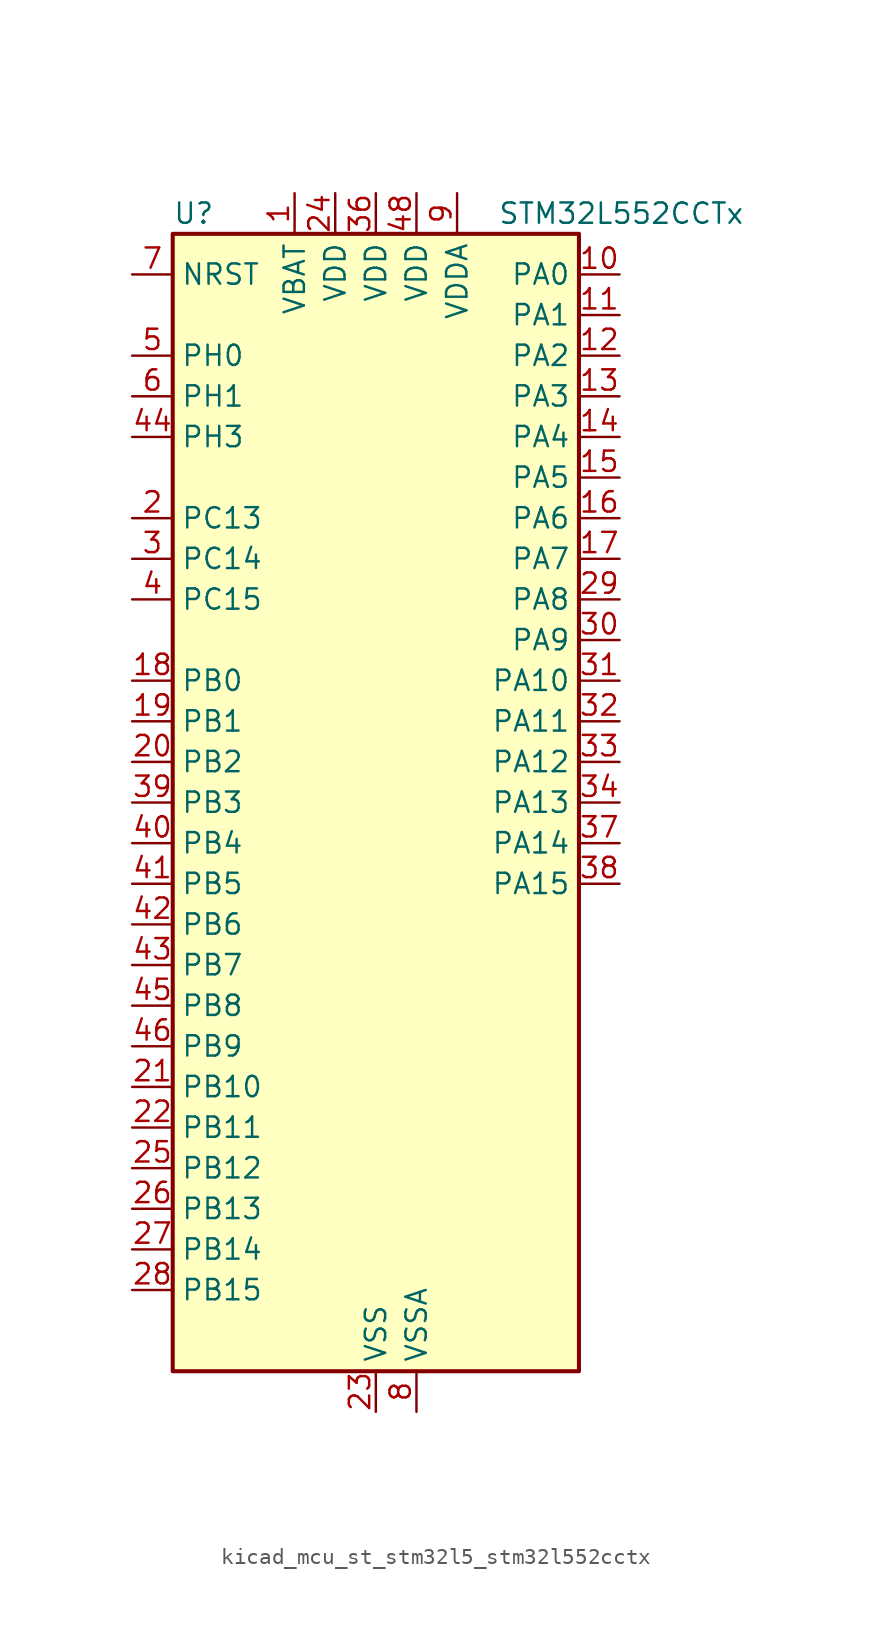
<source format=kicad_sym>
(kicad_symbol_lib
  (version 20220914)
  (generator kicad_symbol_editor)
  (symbol "kicad_mcu_st_stm32l5_stm32l552cctx"
    (property "Reference" "U"
      (at -12.7 36.83 0)
      (effects (font (size 1.27 1.27)) (justify left)))
    (property "Value" "STM32L552CCTx"
      (at 7.62 36.83 0)
      (effects (font (size 1.27 1.27)) (justify left)))
    (property "ki_locked" ""
      (at 0 0 0)
      (effects (font (size 1.27 1.27))))
    (symbol "kicad_mcu_st_stm32l5_stm32l552cctx_0_1"
      (rectangle (start -12.7 -35.56) (end 12.7 35.56) (stroke (width 0.254) (type default)) (fill (type background))))
    (symbol "kicad_mcu_st_stm32l5_stm32l552cctx_1_1"
      (pin power_in line (at -5.08 38.1 270) (length 2.54) (name "VBAT" (effects (font (size 1.27 1.27)))) (number "1" (effects (font (size 1.27 1.27)))))
      (pin bidirectional line (at 15.24 33.02 180) (length 2.54) (name "PA0" (effects (font (size 1.27 1.27)))) (number "10" (effects (font (size 1.27 1.27)))) (alternate "ADC1_IN5" bidirectional line) (alternate "ADC2_IN5" bidirectional line) (alternate "OPAMP1_VINP" bidirectional line) (alternate "PWR_WKUP1" bidirectional line) (alternate "SAI1_EXTCLK" bidirectional line) (alternate "TAMP_IN2" bidirectional line) (alternate "TAMP_OUT1" bidirectional line) (alternate "TIM2_CH1" bidirectional line) (alternate "TIM2_ETR" bidirectional line) (alternate "TIM5_CH1" bidirectional line) (alternate "TIM8_ETR" bidirectional line) (alternate "UART4_TX" bidirectional line) (alternate "USART2_CTS" bidirectional line) (alternate "USART2_NSS" bidirectional line))
      (pin bidirectional line (at 15.24 30.48 180) (length 2.54) (name "PA1" (effects (font (size 1.27 1.27)))) (number "11" (effects (font (size 1.27 1.27)))) (alternate "ADC1_IN6" bidirectional line) (alternate "ADC2_IN6" bidirectional line) (alternate "I2C1_SMBA" bidirectional line) (alternate "OCTOSPI1_DQS" bidirectional line) (alternate "OPAMP1_VINM" bidirectional line) (alternate "SPI1_SCK" bidirectional line) (alternate "TAMP_IN5" bidirectional line) (alternate "TAMP_OUT4" bidirectional line) (alternate "TIM15_CH1N" bidirectional line) (alternate "TIM2_CH2" bidirectional line) (alternate "TIM5_CH2" bidirectional line) (alternate "UART4_RX" bidirectional line) (alternate "USART2_DE" bidirectional line) (alternate "USART2_RTS" bidirectional line))
      (pin bidirectional line (at 15.24 27.94 180) (length 2.54) (name "PA2" (effects (font (size 1.27 1.27)))) (number "12" (effects (font (size 1.27 1.27)))) (alternate "ADC1_IN7" bidirectional line) (alternate "ADC2_IN7" bidirectional line) (alternate "COMP1_INP" bidirectional line) (alternate "LPUART1_TX" bidirectional line) (alternate "OCTOSPI1_NCS" bidirectional line) (alternate "PWR_WKUP4" bidirectional line) (alternate "RCC_LSCO" bidirectional line) (alternate "SAI2_EXTCLK" bidirectional line) (alternate "TIM15_CH1" bidirectional line) (alternate "TIM2_CH3" bidirectional line) (alternate "TIM5_CH3" bidirectional line) (alternate "UCPD1_FRSTX1" bidirectional line) (alternate "USART2_TX" bidirectional line))
      (pin bidirectional line (at 15.24 25.4 180) (length 2.54) (name "PA3" (effects (font (size 1.27 1.27)))) (number "13" (effects (font (size 1.27 1.27)))) (alternate "ADC1_IN8" bidirectional line) (alternate "ADC2_IN8" bidirectional line) (alternate "LPUART1_RX" bidirectional line) (alternate "OCTOSPI1_CLK" bidirectional line) (alternate "OPAMP1_VOUT" bidirectional line) (alternate "SAI1_CK1" bidirectional line) (alternate "SAI1_MCLK_A" bidirectional line) (alternate "TIM15_CH2" bidirectional line) (alternate "TIM2_CH4" bidirectional line) (alternate "TIM5_CH4" bidirectional line) (alternate "USART2_RX" bidirectional line))
      (pin bidirectional line (at 15.24 22.86 180) (length 2.54) (name "PA4" (effects (font (size 1.27 1.27)))) (number "14" (effects (font (size 1.27 1.27)))) (alternate "ADC1_IN9" bidirectional line) (alternate "ADC2_IN9" bidirectional line) (alternate "DAC1_OUT1" bidirectional line) (alternate "LPTIM2_OUT" bidirectional line) (alternate "OCTOSPI1_NCS" bidirectional line) (alternate "SAI1_FS_B" bidirectional line) (alternate "SPI1_NSS" bidirectional line) (alternate "SPI3_NSS" bidirectional line) (alternate "USART2_CK" bidirectional line))
      (pin bidirectional line (at 15.24 20.32 180) (length 2.54) (name "PA5" (effects (font (size 1.27 1.27)))) (number "15" (effects (font (size 1.27 1.27)))) (alternate "ADC1_IN10" bidirectional line) (alternate "ADC2_IN10" bidirectional line) (alternate "DAC1_OUT2" bidirectional line) (alternate "LPTIM2_ETR" bidirectional line) (alternate "SPI1_SCK" bidirectional line) (alternate "TIM2_CH1" bidirectional line) (alternate "TIM2_ETR" bidirectional line) (alternate "TIM8_CH1N" bidirectional line))
      (pin bidirectional line (at 15.24 17.78 180) (length 2.54) (name "PA6" (effects (font (size 1.27 1.27)))) (number "16" (effects (font (size 1.27 1.27)))) (alternate "ADC1_IN11" bidirectional line) (alternate "ADC2_IN11" bidirectional line) (alternate "LPUART1_CTS" bidirectional line) (alternate "OCTOSPI1_IO3" bidirectional line) (alternate "OPAMP2_VINP" bidirectional line) (alternate "SPI1_MISO" bidirectional line) (alternate "TIM16_CH1" bidirectional line) (alternate "TIM1_BKIN" bidirectional line) (alternate "TIM3_CH1" bidirectional line) (alternate "TIM8_BKIN" bidirectional line) (alternate "USART3_CTS" bidirectional line) (alternate "USART3_NSS" bidirectional line))
      (pin bidirectional line (at 15.24 15.24 180) (length 2.54) (name "PA7" (effects (font (size 1.27 1.27)))) (number "17" (effects (font (size 1.27 1.27)))) (alternate "ADC1_IN12" bidirectional line) (alternate "ADC2_IN12" bidirectional line) (alternate "I2C3_SCL" bidirectional line) (alternate "OCTOSPI1_IO2" bidirectional line) (alternate "OPAMP2_VINM" bidirectional line) (alternate "SPI1_MOSI" bidirectional line) (alternate "TIM17_CH1" bidirectional line) (alternate "TIM1_CH1N" bidirectional line) (alternate "TIM3_CH2" bidirectional line) (alternate "TIM8_CH1N" bidirectional line))
      (pin bidirectional line (at -15.24 7.62 0) (length 2.54) (name "PB0" (effects (font (size 1.27 1.27)))) (number "18" (effects (font (size 1.27 1.27)))) (alternate "ADC1_IN15" bidirectional line) (alternate "ADC2_IN15" bidirectional line) (alternate "COMP1_OUT" bidirectional line) (alternate "OCTOSPI1_IO1" bidirectional line) (alternate "OPAMP2_VOUT" bidirectional line) (alternate "SAI1_EXTCLK" bidirectional line) (alternate "SPI1_NSS" bidirectional line) (alternate "TIM1_CH2N" bidirectional line) (alternate "TIM3_CH3" bidirectional line) (alternate "TIM8_CH2N" bidirectional line) (alternate "USART3_CK" bidirectional line))
      (pin bidirectional line (at -15.24 5.08 0) (length 2.54) (name "PB1" (effects (font (size 1.27 1.27)))) (number "19" (effects (font (size 1.27 1.27)))) (alternate "ADC1_IN16" bidirectional line) (alternate "ADC2_IN16" bidirectional line) (alternate "COMP1_INM" bidirectional line) (alternate "DFSDM1_DATIN0" bidirectional line) (alternate "LPTIM2_IN1" bidirectional line) (alternate "LPUART1_DE" bidirectional line) (alternate "LPUART1_RTS" bidirectional line) (alternate "OCTOSPI1_IO0" bidirectional line) (alternate "TIM1_CH3N" bidirectional line) (alternate "TIM3_CH4" bidirectional line) (alternate "TIM8_CH3N" bidirectional line) (alternate "USART3_DE" bidirectional line) (alternate "USART3_RTS" bidirectional line))
      (pin bidirectional line (at -15.24 17.78 0) (length 2.54) (name "PC13" (effects (font (size 1.27 1.27)))) (number "2" (effects (font (size 1.27 1.27)))) (alternate "PWR_WKUP2" bidirectional line) (alternate "RTC_OUT1" bidirectional line) (alternate "RTC_TS" bidirectional line) (alternate "TAMP_IN1" bidirectional line) (alternate "TAMP_OUT2" bidirectional line))
      (pin bidirectional line (at -15.24 2.54 0) (length 2.54) (name "PB2" (effects (font (size 1.27 1.27)))) (number "20" (effects (font (size 1.27 1.27)))) (alternate "COMP1_INP" bidirectional line) (alternate "DFSDM1_CKIN0" bidirectional line) (alternate "I2C3_SMBA" bidirectional line) (alternate "LPTIM1_OUT" bidirectional line) (alternate "OCTOSPI1_DQS" bidirectional line) (alternate "RTC_OUT2" bidirectional line) (alternate "UCPD1_FRSTX1" bidirectional line))
      (pin bidirectional line (at -15.24 -17.78 0) (length 2.54) (name "PB10" (effects (font (size 1.27 1.27)))) (number "21" (effects (font (size 1.27 1.27)))) (alternate "COMP1_OUT" bidirectional line) (alternate "I2C2_SCL" bidirectional line) (alternate "I2C4_SCL" bidirectional line) (alternate "LPTIM3_OUT" bidirectional line) (alternate "LPUART1_RX" bidirectional line) (alternate "OCTOSPI1_CLK" bidirectional line) (alternate "SAI1_SCK_A" bidirectional line) (alternate "SPI2_SCK" bidirectional line) (alternate "TIM2_CH3" bidirectional line) (alternate "TSC_SYNC" bidirectional line) (alternate "USART3_TX" bidirectional line))
      (pin bidirectional line (at -15.24 -20.32 0) (length 2.54) (name "PB11" (effects (font (size 1.27 1.27)))) (number "22" (effects (font (size 1.27 1.27)))) (alternate "ADC1_EXTI11" bidirectional line) (alternate "ADC2_EXTI11" bidirectional line) (alternate "COMP2_OUT" bidirectional line) (alternate "I2C2_SDA" bidirectional line) (alternate "I2C4_SDA" bidirectional line) (alternate "LPUART1_TX" bidirectional line) (alternate "OCTOSPI1_NCS" bidirectional line) (alternate "TIM2_CH4" bidirectional line) (alternate "USART3_RX" bidirectional line))
      (pin power_in line (at 0 -38.1 90) (length 2.54) (name "VSS" (effects (font (size 1.27 1.27)))) (number "23" (effects (font (size 1.27 1.27)))))
      (pin power_in line (at -2.54 38.1 270) (length 2.54) (name "VDD" (effects (font (size 1.27 1.27)))) (number "24" (effects (font (size 1.27 1.27)))))
      (pin bidirectional line (at -15.24 -22.86 0) (length 2.54) (name "PB12" (effects (font (size 1.27 1.27)))) (number "25" (effects (font (size 1.27 1.27)))) (alternate "DFSDM1_DATIN1" bidirectional line) (alternate "I2C2_SMBA" bidirectional line) (alternate "LPUART1_DE" bidirectional line) (alternate "LPUART1_RTS" bidirectional line) (alternate "OCTOSPI1_NCLK" bidirectional line) (alternate "SAI2_FS_A" bidirectional line) (alternate "SPI2_NSS" bidirectional line) (alternate "TIM15_BKIN" bidirectional line) (alternate "TIM1_BKIN" bidirectional line) (alternate "TSC_G1_IO1" bidirectional line) (alternate "USART3_CK" bidirectional line))
      (pin bidirectional line (at -15.24 -25.4 0) (length 2.54) (name "PB13" (effects (font (size 1.27 1.27)))) (number "26" (effects (font (size 1.27 1.27)))) (alternate "DFSDM1_CKIN1" bidirectional line) (alternate "I2C2_SCL" bidirectional line) (alternate "LPTIM3_IN1" bidirectional line) (alternate "LPUART1_CTS" bidirectional line) (alternate "SAI2_SCK_A" bidirectional line) (alternate "SPI2_SCK" bidirectional line) (alternate "TIM15_CH1N" bidirectional line) (alternate "TIM1_CH1N" bidirectional line) (alternate "TSC_G1_IO2" bidirectional line) (alternate "UCPD1_FRSTX2" bidirectional line) (alternate "USART3_CTS" bidirectional line) (alternate "USART3_NSS" bidirectional line))
      (pin bidirectional line (at -15.24 -27.94 0) (length 2.54) (name "PB14" (effects (font (size 1.27 1.27)))) (number "27" (effects (font (size 1.27 1.27)))) (alternate "DFSDM1_DATIN2" bidirectional line) (alternate "I2C2_SDA" bidirectional line) (alternate "LPTIM3_ETR" bidirectional line) (alternate "SAI2_MCLK_A" bidirectional line) (alternate "SPI2_MISO" bidirectional line) (alternate "TIM15_CH1" bidirectional line) (alternate "TIM1_CH2N" bidirectional line) (alternate "TIM8_CH2N" bidirectional line) (alternate "TSC_G1_IO3" bidirectional line) (alternate "UCPD1_DBCC2" bidirectional line) (alternate "USART3_DE" bidirectional line) (alternate "USART3_RTS" bidirectional line))
      (pin bidirectional line (at -15.24 -30.48 0) (length 2.54) (name "PB15" (effects (font (size 1.27 1.27)))) (number "28" (effects (font (size 1.27 1.27)))) (alternate "ADC1_EXTI15" bidirectional line) (alternate "ADC2_EXTI15" bidirectional line) (alternate "DFSDM1_CKIN2" bidirectional line) (alternate "RTC_REFIN" bidirectional line) (alternate "SAI2_SD_A" bidirectional line) (alternate "SPI2_MOSI" bidirectional line) (alternate "TIM15_CH2" bidirectional line) (alternate "TIM1_CH3N" bidirectional line) (alternate "TIM8_CH3N" bidirectional line) (alternate "UCPD1_CC2" bidirectional line))
      (pin bidirectional line (at 15.24 12.7 180) (length 2.54) (name "PA8" (effects (font (size 1.27 1.27)))) (number "29" (effects (font (size 1.27 1.27)))) (alternate "LPTIM2_OUT" bidirectional line) (alternate "RCC_MCO" bidirectional line) (alternate "SAI1_CK2" bidirectional line) (alternate "SAI1_SCK_A" bidirectional line) (alternate "TIM1_CH1" bidirectional line) (alternate "USART1_CK" bidirectional line))
      (pin bidirectional line (at -15.24 15.24 0) (length 2.54) (name "PC14" (effects (font (size 1.27 1.27)))) (number "3" (effects (font (size 1.27 1.27)))) (alternate "RCC_OSC32_IN" bidirectional line))
      (pin bidirectional line (at 15.24 10.16 180) (length 2.54) (name "PA9" (effects (font (size 1.27 1.27)))) (number "30" (effects (font (size 1.27 1.27)))) (alternate "DAC1_EXTI9" bidirectional line) (alternate "SAI1_FS_A" bidirectional line) (alternate "SPI2_SCK" bidirectional line) (alternate "TIM15_BKIN" bidirectional line) (alternate "TIM1_CH2" bidirectional line) (alternate "USART1_TX" bidirectional line))
      (pin bidirectional line (at 15.24 7.62 180) (length 2.54) (name "PA10" (effects (font (size 1.27 1.27)))) (number "31" (effects (font (size 1.27 1.27)))) (alternate "CRS_SYNC" bidirectional line) (alternate "SAI1_D1" bidirectional line) (alternate "SAI1_SD_A" bidirectional line) (alternate "TIM17_BKIN" bidirectional line) (alternate "TIM1_CH3" bidirectional line) (alternate "USART1_RX" bidirectional line))
      (pin bidirectional line (at 15.24 5.08 180) (length 2.54) (name "PA11" (effects (font (size 1.27 1.27)))) (number "32" (effects (font (size 1.27 1.27)))) (alternate "ADC1_EXTI11" bidirectional line) (alternate "ADC2_EXTI11" bidirectional line) (alternate "FDCAN1_RX" bidirectional line) (alternate "SPI1_MISO" bidirectional line) (alternate "TIM1_BKIN2" bidirectional line) (alternate "TIM1_CH4" bidirectional line) (alternate "USART1_CTS" bidirectional line) (alternate "USART1_NSS" bidirectional line) (alternate "USB_DM" bidirectional line))
      (pin bidirectional line (at 15.24 2.54 180) (length 2.54) (name "PA12" (effects (font (size 1.27 1.27)))) (number "33" (effects (font (size 1.27 1.27)))) (alternate "FDCAN1_TX" bidirectional line) (alternate "SPI1_MOSI" bidirectional line) (alternate "TIM1_ETR" bidirectional line) (alternate "USART1_DE" bidirectional line) (alternate "USART1_RTS" bidirectional line) (alternate "USB_DP" bidirectional line))
      (pin bidirectional line (at 15.24 0 180) (length 2.54) (name "PA13" (effects (font (size 1.27 1.27)))) (number "34" (effects (font (size 1.27 1.27)))) (alternate "DEBUG_JTMS-SWDIO" bidirectional line) (alternate "IR_OUT" bidirectional line) (alternate "SAI1_SD_B" bidirectional line) (alternate "USB_NOE" bidirectional line))
      (pin passive line (at 0 -38.1 90) (length 2.54) hide (name "VSS" (effects (font (size 1.27 1.27)))) (number "35" (effects (font (size 1.27 1.27)))))
      (pin power_in line (at 0 38.1 270) (length 2.54) (name "VDD" (effects (font (size 1.27 1.27)))) (number "36" (effects (font (size 1.27 1.27)))))
      (pin bidirectional line (at 15.24 -2.54 180) (length 2.54) (name "PA14" (effects (font (size 1.27 1.27)))) (number "37" (effects (font (size 1.27 1.27)))) (alternate "DEBUG_JTCK-SWCLK" bidirectional line) (alternate "I2C1_SMBA" bidirectional line) (alternate "I2C4_SMBA" bidirectional line) (alternate "LPTIM1_OUT" bidirectional line) (alternate "SAI1_FS_B" bidirectional line))
      (pin bidirectional line (at 15.24 -5.08 180) (length 2.54) (name "PA15" (effects (font (size 1.27 1.27)))) (number "38" (effects (font (size 1.27 1.27)))) (alternate "ADC1_EXTI15" bidirectional line) (alternate "ADC2_EXTI15" bidirectional line) (alternate "DEBUG_JTDI" bidirectional line) (alternate "SAI2_FS_B" bidirectional line) (alternate "SPI1_NSS" bidirectional line) (alternate "SPI3_NSS" bidirectional line) (alternate "TIM2_CH1" bidirectional line) (alternate "TIM2_ETR" bidirectional line) (alternate "UART4_DE" bidirectional line) (alternate "UART4_RTS" bidirectional line) (alternate "UCPD1_CC1" bidirectional line) (alternate "USART2_RX" bidirectional line) (alternate "USART3_DE" bidirectional line) (alternate "USART3_RTS" bidirectional line))
      (pin bidirectional line (at -15.24 0 0) (length 2.54) (name "PB3" (effects (font (size 1.27 1.27)))) (number "39" (effects (font (size 1.27 1.27)))) (alternate "COMP2_INM" bidirectional line) (alternate "CRS_SYNC" bidirectional line) (alternate "DEBUG_JTDO-SWO" bidirectional line) (alternate "SAI1_SCK_B" bidirectional line) (alternate "SPI1_SCK" bidirectional line) (alternate "SPI3_SCK" bidirectional line) (alternate "TIM2_CH2" bidirectional line) (alternate "USART1_DE" bidirectional line) (alternate "USART1_RTS" bidirectional line))
      (pin bidirectional line (at -15.24 12.7 0) (length 2.54) (name "PC15" (effects (font (size 1.27 1.27)))) (number "4" (effects (font (size 1.27 1.27)))) (alternate "ADC1_EXTI15" bidirectional line) (alternate "ADC2_EXTI15" bidirectional line) (alternate "RCC_OSC32_OUT" bidirectional line))
      (pin bidirectional line (at -15.24 -2.54 0) (length 2.54) (name "PB4" (effects (font (size 1.27 1.27)))) (number "40" (effects (font (size 1.27 1.27)))) (alternate "COMP2_INP" bidirectional line) (alternate "DEBUG_JTRST" bidirectional line) (alternate "I2C3_SDA" bidirectional line) (alternate "SAI1_MCLK_B" bidirectional line) (alternate "SPI1_MISO" bidirectional line) (alternate "SPI3_MISO" bidirectional line) (alternate "TIM17_BKIN" bidirectional line) (alternate "TIM3_CH1" bidirectional line) (alternate "TSC_G2_IO1" bidirectional line) (alternate "USART1_CTS" bidirectional line) (alternate "USART1_NSS" bidirectional line))
      (pin bidirectional line (at -15.24 -5.08 0) (length 2.54) (name "PB5" (effects (font (size 1.27 1.27)))) (number "41" (effects (font (size 1.27 1.27)))) (alternate "COMP2_OUT" bidirectional line) (alternate "I2C1_SMBA" bidirectional line) (alternate "LPTIM1_IN1" bidirectional line) (alternate "OCTOSPI1_NCLK" bidirectional line) (alternate "SAI1_SD_B" bidirectional line) (alternate "SPI1_MOSI" bidirectional line) (alternate "SPI3_MOSI" bidirectional line) (alternate "TIM16_BKIN" bidirectional line) (alternate "TIM3_CH2" bidirectional line) (alternate "TSC_G2_IO2" bidirectional line) (alternate "UCPD1_DBCC1" bidirectional line) (alternate "USART1_CK" bidirectional line))
      (pin bidirectional line (at -15.24 -7.62 0) (length 2.54) (name "PB6" (effects (font (size 1.27 1.27)))) (number "42" (effects (font (size 1.27 1.27)))) (alternate "COMP2_INP" bidirectional line) (alternate "I2C1_SCL" bidirectional line) (alternate "I2C4_SCL" bidirectional line) (alternate "LPTIM1_ETR" bidirectional line) (alternate "SAI1_FS_B" bidirectional line) (alternate "TIM16_CH1N" bidirectional line) (alternate "TIM4_CH1" bidirectional line) (alternate "TIM8_BKIN2" bidirectional line) (alternate "TSC_G2_IO3" bidirectional line) (alternate "USART1_TX" bidirectional line))
      (pin bidirectional line (at -15.24 -10.16 0) (length 2.54) (name "PB7" (effects (font (size 1.27 1.27)))) (number "43" (effects (font (size 1.27 1.27)))) (alternate "COMP2_INM" bidirectional line) (alternate "I2C1_SDA" bidirectional line) (alternate "I2C4_SDA" bidirectional line) (alternate "LPTIM1_IN2" bidirectional line) (alternate "PWR_PVD_IN" bidirectional line) (alternate "TIM17_CH1N" bidirectional line) (alternate "TIM4_CH2" bidirectional line) (alternate "TIM8_BKIN" bidirectional line) (alternate "TSC_G2_IO4" bidirectional line) (alternate "UART4_CTS" bidirectional line) (alternate "USART1_RX" bidirectional line))
      (pin bidirectional line (at -15.24 22.86 0) (length 2.54) (name "PH3" (effects (font (size 1.27 1.27)))) (number "44" (effects (font (size 1.27 1.27)))))
      (pin bidirectional line (at -15.24 -12.7 0) (length 2.54) (name "PB8" (effects (font (size 1.27 1.27)))) (number "45" (effects (font (size 1.27 1.27)))) (alternate "DFSDM1_CKOUT" bidirectional line) (alternate "FDCAN1_RX" bidirectional line) (alternate "I2C1_SCL" bidirectional line) (alternate "SAI1_CK1" bidirectional line) (alternate "SAI1_MCLK_A" bidirectional line) (alternate "TIM16_CH1" bidirectional line) (alternate "TIM4_CH3" bidirectional line))
      (pin bidirectional line (at -15.24 -15.24 0) (length 2.54) (name "PB9" (effects (font (size 1.27 1.27)))) (number "46" (effects (font (size 1.27 1.27)))) (alternate "DAC1_EXTI9" bidirectional line) (alternate "FDCAN1_TX" bidirectional line) (alternate "I2C1_SDA" bidirectional line) (alternate "IR_OUT" bidirectional line) (alternate "SAI1_D2" bidirectional line) (alternate "SAI1_FS_A" bidirectional line) (alternate "SPI2_NSS" bidirectional line) (alternate "TIM17_CH1" bidirectional line) (alternate "TIM4_CH4" bidirectional line))
      (pin passive line (at 0 -38.1 90) (length 2.54) hide (name "VSS" (effects (font (size 1.27 1.27)))) (number "47" (effects (font (size 1.27 1.27)))))
      (pin power_in line (at 2.54 38.1 270) (length 2.54) (name "VDD" (effects (font (size 1.27 1.27)))) (number "48" (effects (font (size 1.27 1.27)))))
      (pin bidirectional line (at -15.24 27.94 0) (length 2.54) (name "PH0" (effects (font (size 1.27 1.27)))) (number "5" (effects (font (size 1.27 1.27)))) (alternate "RCC_OSC_IN" bidirectional line))
      (pin bidirectional line (at -15.24 25.4 0) (length 2.54) (name "PH1" (effects (font (size 1.27 1.27)))) (number "6" (effects (font (size 1.27 1.27)))) (alternate "RCC_OSC_OUT" bidirectional line))
      (pin input line (at -15.24 33.02 0) (length 2.54) (name "NRST" (effects (font (size 1.27 1.27)))) (number "7" (effects (font (size 1.27 1.27)))))
      (pin power_in line (at 2.54 -38.1 90) (length 2.54) (name "VSSA" (effects (font (size 1.27 1.27)))) (number "8" (effects (font (size 1.27 1.27)))))
      (pin power_in line (at 5.08 38.1 270) (length 2.54) (name "VDDA" (effects (font (size 1.27 1.27)))) (number "9" (effects (font (size 1.27 1.27))))))))
</source>
